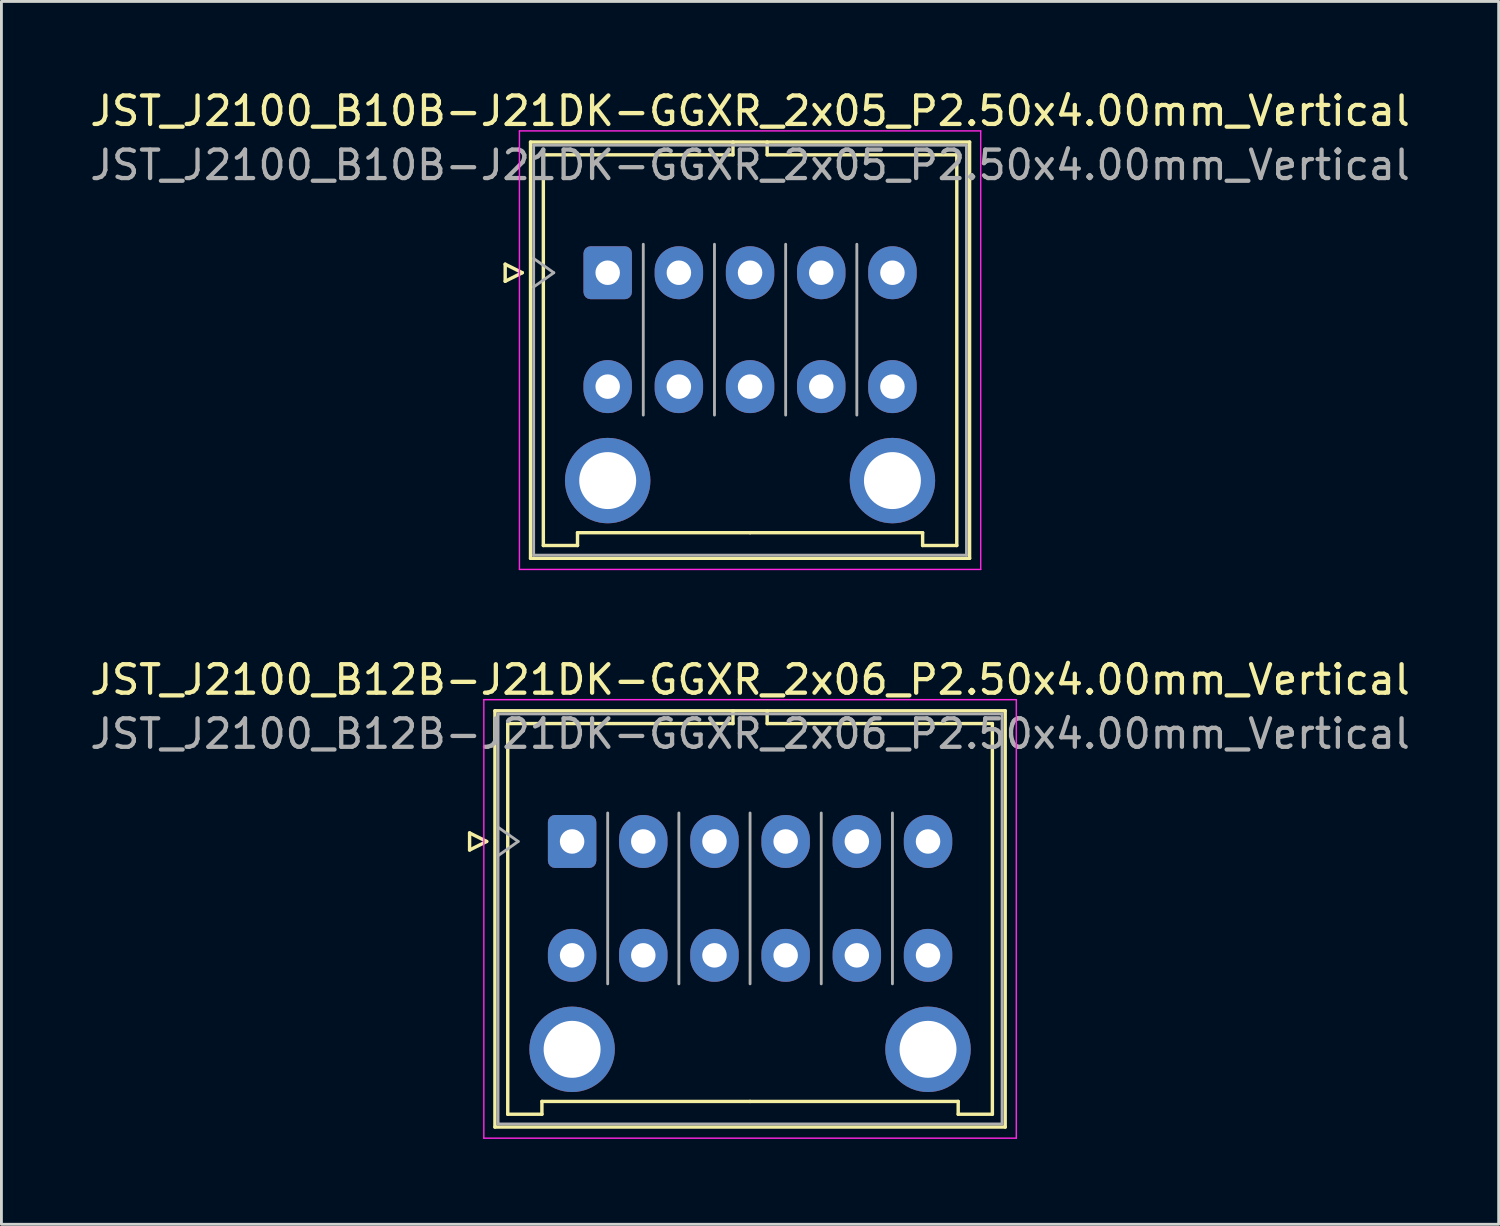
<source format=kicad_pcb>
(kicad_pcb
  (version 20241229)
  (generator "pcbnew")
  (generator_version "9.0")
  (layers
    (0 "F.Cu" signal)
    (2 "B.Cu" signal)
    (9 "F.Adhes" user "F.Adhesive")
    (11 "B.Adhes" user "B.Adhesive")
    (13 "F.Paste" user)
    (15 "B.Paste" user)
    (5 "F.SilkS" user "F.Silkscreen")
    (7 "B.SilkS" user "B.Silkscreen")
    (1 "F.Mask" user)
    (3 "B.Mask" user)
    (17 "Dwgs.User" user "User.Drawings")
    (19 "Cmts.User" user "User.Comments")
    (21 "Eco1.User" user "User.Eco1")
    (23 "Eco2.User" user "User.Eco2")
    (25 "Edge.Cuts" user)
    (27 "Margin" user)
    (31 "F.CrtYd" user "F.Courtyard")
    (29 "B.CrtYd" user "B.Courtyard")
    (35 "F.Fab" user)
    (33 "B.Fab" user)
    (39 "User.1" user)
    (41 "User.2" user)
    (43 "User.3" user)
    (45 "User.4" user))
  (footprint "JST_J2100_B10B-J21DK-GGXR_2x05_P2.50x4.00mm_Vertical"
    (layer "F.Cu")
    (at 18.292 6.528)
    (property "Reference" "JST_J2100_B10B-J21DK-GGXR_2x05_P2.50x4.00mm_Vertical" (at 5 -5.68 0) (layer "F.SilkS") (effects (font (size 1 1) (thickness 0.15))))
    (attr through_hole)
    (fp_line (start -3.6 -0.3) (end -3 0) (stroke (width 0.12) (type solid)) (layer "F.SilkS"))
    (fp_line (start -3.6 0.3) (end -3.6 -0.3) (stroke (width 0.12) (type solid)) (layer "F.SilkS"))
    (fp_line (start -3 0) (end -3.6 0.3) (stroke (width 0.12) (type solid)) (layer "F.SilkS"))
    (fp_line (start -2.71 -4.59) (end -2.71 10.03) (stroke (width 0.12) (type solid)) (layer "F.SilkS"))
    (fp_line (start -2.71 10.03) (end 12.71 10.03) (stroke (width 0.12) (type solid)) (layer "F.SilkS"))
    (fp_line (start -2.26 -4.14) (end -2.26 9.58) (stroke (width 0.12) (type solid)) (layer "F.SilkS"))
    (fp_line (start -2.26 9.58) (end -1.06 9.58) (stroke (width 0.12) (type solid)) (layer "F.SilkS"))
    (fp_line (start -1.06 9.13) (end 5 9.13) (stroke (width 0.12) (type solid)) (layer "F.SilkS"))
    (fp_line (start -1.06 9.58) (end -1.06 9.13) (stroke (width 0.12) (type solid)) (layer "F.SilkS"))
    (fp_line (start 4.4 -4.59) (end 4.4 -4.14) (stroke (width 0.12) (type solid)) (layer "F.SilkS"))
    (fp_line (start 4.4 -4.14) (end -2.26 -4.14) (stroke (width 0.12) (type solid)) (layer "F.SilkS"))
    (fp_line (start 5.6 -4.59) (end 5.6 -4.14) (stroke (width 0.12) (type solid)) (layer "F.SilkS"))
    (fp_line (start 5.6 -4.14) (end 12.26 -4.14) (stroke (width 0.12) (type solid)) (layer "F.SilkS"))
    (fp_line (start 11.06 9.13) (end 5 9.13) (stroke (width 0.12) (type solid)) (layer "F.SilkS"))
    (fp_line (start 11.06 9.58) (end 11.06 9.13) (stroke (width 0.12) (type solid)) (layer "F.SilkS"))
    (fp_line (start 12.26 -4.14) (end 12.26 9.58) (stroke (width 0.12) (type solid)) (layer "F.SilkS"))
    (fp_line (start 12.26 9.58) (end 11.06 9.58) (stroke (width 0.12) (type solid)) (layer "F.SilkS"))
    (fp_line (start 12.71 -4.59) (end -2.71 -4.59) (stroke (width 0.12) (type solid)) (layer "F.SilkS"))
    (fp_line (start 12.71 10.03) (end 12.71 -4.59) (stroke (width 0.12) (type solid)) (layer "F.SilkS"))
    (fp_line (start -3.1 -4.98) (end -3.1 10.42) (stroke (width 0.05) (type solid)) (layer "F.CrtYd"))
    (fp_line (start -3.1 10.42) (end 13.1 10.42) (stroke (width 0.05) (type solid)) (layer "F.CrtYd"))
    (fp_line (start 13.1 -4.98) (end -3.1 -4.98) (stroke (width 0.05) (type solid)) (layer "F.CrtYd"))
    (fp_line (start 13.1 10.42) (end 13.1 -4.98) (stroke (width 0.05) (type solid)) (layer "F.CrtYd"))
    (fp_line (start -2.6 -4.48) (end -2.6 9.92) (stroke (width 0.1) (type solid)) (layer "F.Fab"))
    (fp_line (start -2.6 0.5) (end -1.893 0) (stroke (width 0.1) (type solid)) (layer "F.Fab"))
    (fp_line (start -2.6 9.92) (end 12.6 9.92) (stroke (width 0.1) (type solid)) (layer "F.Fab"))
    (fp_line (start -1.893 0) (end -2.6 -0.5) (stroke (width 0.1) (type solid)) (layer "F.Fab"))
    (fp_line (start 1.25 5) (end 1.25 -1) (stroke (width 0.1) (type solid)) (layer "F.Fab"))
    (fp_line (start 3.75 5) (end 3.75 -1) (stroke (width 0.1) (type solid)) (layer "F.Fab"))
    (fp_line (start 6.25 5) (end 6.25 -1) (stroke (width 0.1) (type solid)) (layer "F.Fab"))
    (fp_line (start 8.75 5) (end 8.75 -1) (stroke (width 0.1) (type solid)) (layer "F.Fab"))
    (fp_line (start 12.6 -4.48) (end -2.6 -4.48) (stroke (width 0.1) (type solid)) (layer "F.Fab"))
    (fp_line (start 12.6 9.92) (end 12.6 -4.48) (stroke (width 0.1) (type solid)) (layer "F.Fab"))
    (fp_text user "${REFERENCE}" (at 5 -3.78 0) (layer "F.Fab") (effects (font (size 1 1) (thickness 0.15))))
    (pad "" thru_hole circle (at 0 7.3) (size 3 3) (drill 2) (layers "*.Cu" "*.Mask"))
    (pad "" thru_hole circle (at 10 7.3) (size 3 3) (drill 2) (layers "*.Cu" "*.Mask"))
    (pad "1" thru_hole roundrect (at 0 0) (size 1.7 1.86) (drill 0.86) (layers "*.Cu" "*.Mask") (roundrect_rratio 0.147))
    (pad "2" thru_hole oval (at 2.5 0) (size 1.7 1.86) (drill 0.86) (layers "*.Cu" "*.Mask"))
    (pad "3" thru_hole oval (at 5 0) (size 1.7 1.86) (drill 0.86) (layers "*.Cu" "*.Mask"))
    (pad "4" thru_hole oval (at 7.5 0) (size 1.7 1.86) (drill 0.86) (layers "*.Cu" "*.Mask"))
    (pad "5" thru_hole oval (at 10 0) (size 1.7 1.86) (drill 0.86) (layers "*.Cu" "*.Mask"))
    (pad "6" thru_hole oval (at 0 4) (size 1.7 1.86) (drill 0.86) (layers "*.Cu" "*.Mask"))
    (pad "7" thru_hole oval (at 2.5 4) (size 1.7 1.86) (drill 0.86) (layers "*.Cu" "*.Mask"))
    (pad "8" thru_hole oval (at 5 4) (size 1.7 1.86) (drill 0.86) (layers "*.Cu" "*.Mask"))
    (pad "9" thru_hole oval (at 7.5 4) (size 1.7 1.86) (drill 0.86) (layers "*.Cu" "*.Mask"))
    (pad "10" thru_hole oval (at 10 4) (size 1.7 1.86) (drill 0.86) (layers "*.Cu" "*.Mask")))
  (footprint "JST_J2100_B12B-J21DK-GGXR_2x06_P2.50x4.00mm_Vertical"
    (layer "F.Cu")
    (at 17.042 26.502)
    (property "Reference" "JST_J2100_B12B-J21DK-GGXR_2x06_P2.50x4.00mm_Vertical" (at 6.25 -5.68 0) (layer "F.SilkS") (effects (font (size 1 1) (thickness 0.15))))
    (attr through_hole)
    (fp_line (start -3.6 -0.3) (end -3 0) (stroke (width 0.12) (type solid)) (layer "F.SilkS"))
    (fp_line (start -3.6 0.3) (end -3.6 -0.3) (stroke (width 0.12) (type solid)) (layer "F.SilkS"))
    (fp_line (start -3 0) (end -3.6 0.3) (stroke (width 0.12) (type solid)) (layer "F.SilkS"))
    (fp_line (start -2.71 -4.59) (end -2.71 10.03) (stroke (width 0.12) (type solid)) (layer "F.SilkS"))
    (fp_line (start -2.71 10.03) (end 15.21 10.03) (stroke (width 0.12) (type solid)) (layer "F.SilkS"))
    (fp_line (start -2.26 -4.14) (end -2.26 9.58) (stroke (width 0.12) (type solid)) (layer "F.SilkS"))
    (fp_line (start -2.26 9.58) (end -1.06 9.58) (stroke (width 0.12) (type solid)) (layer "F.SilkS"))
    (fp_line (start -1.06 9.13) (end 6.25 9.13) (stroke (width 0.12) (type solid)) (layer "F.SilkS"))
    (fp_line (start -1.06 9.58) (end -1.06 9.13) (stroke (width 0.12) (type solid)) (layer "F.SilkS"))
    (fp_line (start 5.65 -4.59) (end 5.65 -4.14) (stroke (width 0.12) (type solid)) (layer "F.SilkS"))
    (fp_line (start 5.65 -4.14) (end -2.26 -4.14) (stroke (width 0.12) (type solid)) (layer "F.SilkS"))
    (fp_line (start 6.85 -4.59) (end 6.85 -4.14) (stroke (width 0.12) (type solid)) (layer "F.SilkS"))
    (fp_line (start 6.85 -4.14) (end 14.76 -4.14) (stroke (width 0.12) (type solid)) (layer "F.SilkS"))
    (fp_line (start 13.56 9.13) (end 6.25 9.13) (stroke (width 0.12) (type solid)) (layer "F.SilkS"))
    (fp_line (start 13.56 9.58) (end 13.56 9.13) (stroke (width 0.12) (type solid)) (layer "F.SilkS"))
    (fp_line (start 14.76 -4.14) (end 14.76 9.58) (stroke (width 0.12) (type solid)) (layer "F.SilkS"))
    (fp_line (start 14.76 9.58) (end 13.56 9.58) (stroke (width 0.12) (type solid)) (layer "F.SilkS"))
    (fp_line (start 15.21 -4.59) (end -2.71 -4.59) (stroke (width 0.12) (type solid)) (layer "F.SilkS"))
    (fp_line (start 15.21 10.03) (end 15.21 -4.59) (stroke (width 0.12) (type solid)) (layer "F.SilkS"))
    (fp_line (start -3.1 -4.98) (end -3.1 10.42) (stroke (width 0.05) (type solid)) (layer "F.CrtYd"))
    (fp_line (start -3.1 10.42) (end 15.6 10.42) (stroke (width 0.05) (type solid)) (layer "F.CrtYd"))
    (fp_line (start 15.6 -4.98) (end -3.1 -4.98) (stroke (width 0.05) (type solid)) (layer "F.CrtYd"))
    (fp_line (start 15.6 10.42) (end 15.6 -4.98) (stroke (width 0.05) (type solid)) (layer "F.CrtYd"))
    (fp_line (start -2.6 -4.48) (end -2.6 9.92) (stroke (width 0.1) (type solid)) (layer "F.Fab"))
    (fp_line (start -2.6 0.5) (end -1.893 0) (stroke (width 0.1) (type solid)) (layer "F.Fab"))
    (fp_line (start -2.6 9.92) (end 15.1 9.92) (stroke (width 0.1) (type solid)) (layer "F.Fab"))
    (fp_line (start -1.893 0) (end -2.6 -0.5) (stroke (width 0.1) (type solid)) (layer "F.Fab"))
    (fp_line (start 1.25 5) (end 1.25 -1) (stroke (width 0.1) (type solid)) (layer "F.Fab"))
    (fp_line (start 3.75 5) (end 3.75 -1) (stroke (width 0.1) (type solid)) (layer "F.Fab"))
    (fp_line (start 6.25 5) (end 6.25 -1) (stroke (width 0.1) (type solid)) (layer "F.Fab"))
    (fp_line (start 8.75 5) (end 8.75 -1) (stroke (width 0.1) (type solid)) (layer "F.Fab"))
    (fp_line (start 11.25 5) (end 11.25 -1) (stroke (width 0.1) (type solid)) (layer "F.Fab"))
    (fp_line (start 15.1 -4.48) (end -2.6 -4.48) (stroke (width 0.1) (type solid)) (layer "F.Fab"))
    (fp_line (start 15.1 9.92) (end 15.1 -4.48) (stroke (width 0.1) (type solid)) (layer "F.Fab"))
    (fp_text user "${REFERENCE}" (at 6.25 -3.78 0) (layer "F.Fab") (effects (font (size 1 1) (thickness 0.15))))
    (pad "" thru_hole circle (at 0 7.3) (size 3 3) (drill 2) (layers "*.Cu" "*.Mask"))
    (pad "" thru_hole circle (at 12.5 7.3) (size 3 3) (drill 2) (layers "*.Cu" "*.Mask"))
    (pad "1" thru_hole roundrect (at 0 0) (size 1.7 1.86) (drill 0.86) (layers "*.Cu" "*.Mask") (roundrect_rratio 0.147))
    (pad "2" thru_hole oval (at 2.5 0) (size 1.7 1.86) (drill 0.86) (layers "*.Cu" "*.Mask"))
    (pad "3" thru_hole oval (at 5 0) (size 1.7 1.86) (drill 0.86) (layers "*.Cu" "*.Mask"))
    (pad "4" thru_hole oval (at 7.5 0) (size 1.7 1.86) (drill 0.86) (layers "*.Cu" "*.Mask"))
    (pad "5" thru_hole oval (at 10 0) (size 1.7 1.86) (drill 0.86) (layers "*.Cu" "*.Mask"))
    (pad "6" thru_hole oval (at 12.5 0) (size 1.7 1.86) (drill 0.86) (layers "*.Cu" "*.Mask"))
    (pad "7" thru_hole oval (at 0 4) (size 1.7 1.86) (drill 0.86) (layers "*.Cu" "*.Mask"))
    (pad "8" thru_hole oval (at 2.5 4) (size 1.7 1.86) (drill 0.86) (layers "*.Cu" "*.Mask"))
    (pad "9" thru_hole oval (at 5 4) (size 1.7 1.86) (drill 0.86) (layers "*.Cu" "*.Mask"))
    (pad "10" thru_hole oval (at 7.5 4) (size 1.7 1.86) (drill 0.86) (layers "*.Cu" "*.Mask"))
    (pad "11" thru_hole oval (at 10 4) (size 1.7 1.86) (drill 0.86) (layers "*.Cu" "*.Mask"))
    (pad "12" thru_hole oval (at 12.5 4) (size 1.7 1.86) (drill 0.86) (layers "*.Cu" "*.Mask")))
  (gr_rect
    (start -3 -3)
    (end 49.583 39.947)
    (stroke (width 0.1) (type default))
    (fill no)
    (layer "Edge.Cuts")))
</source>
